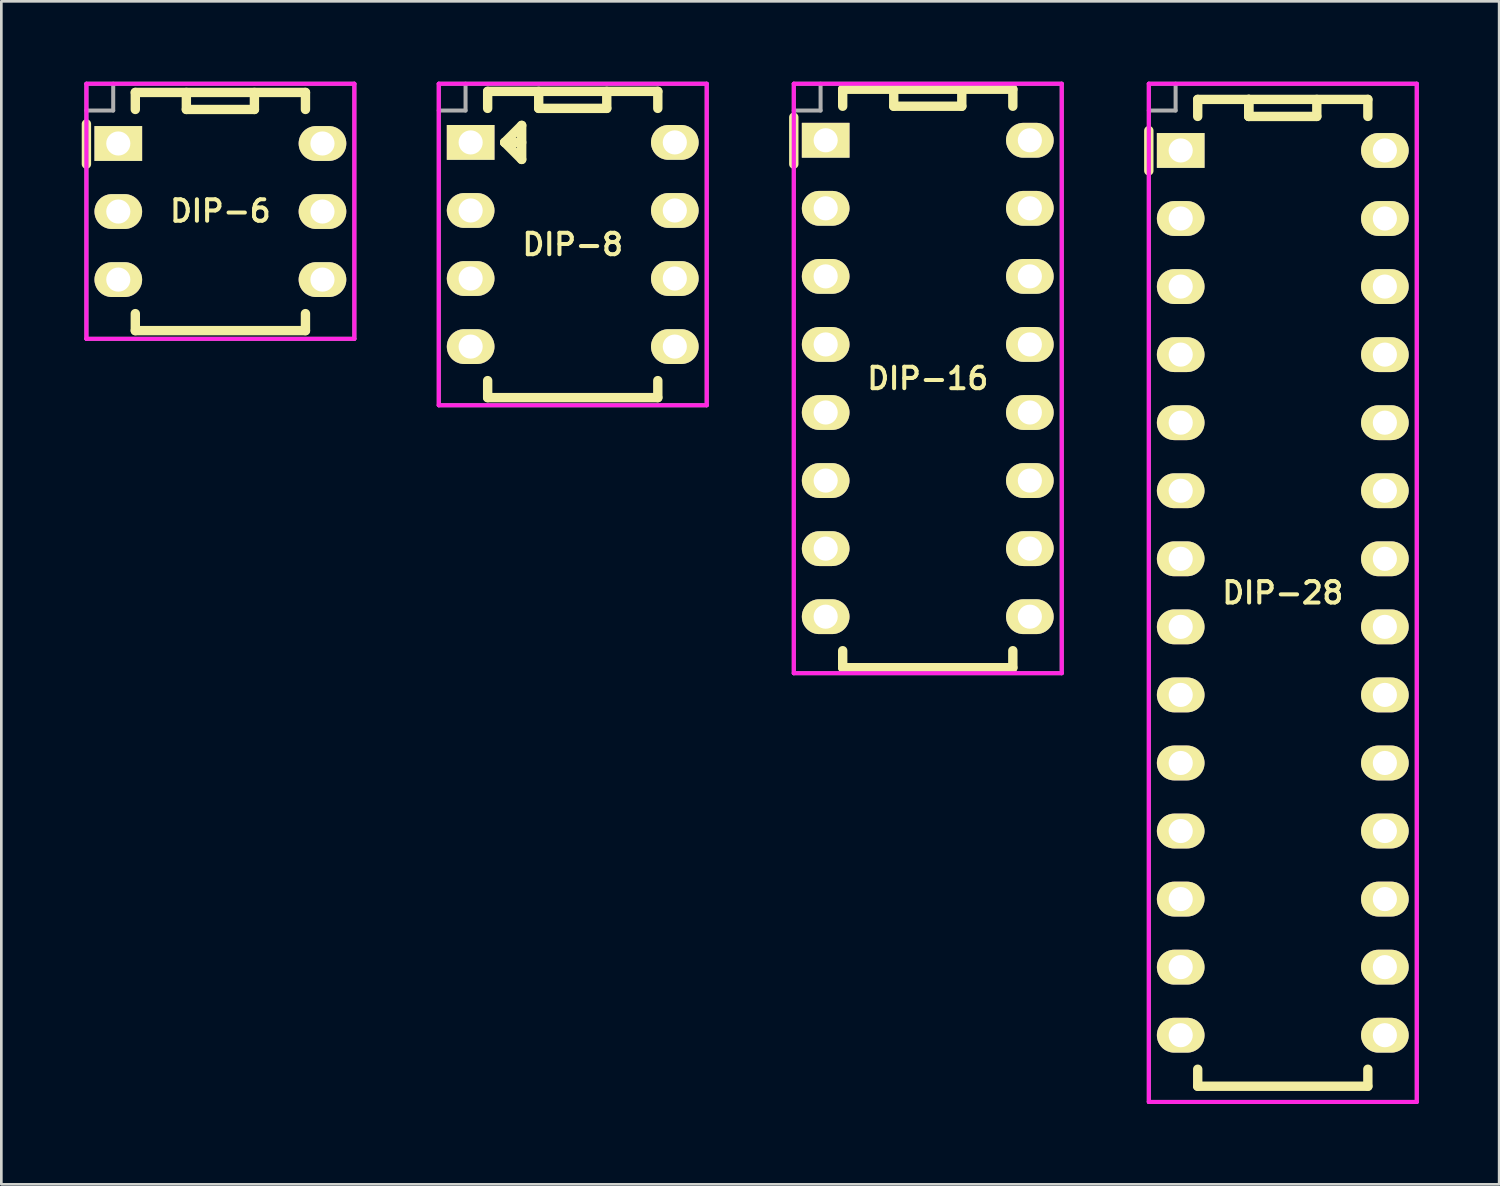
<source format=kicad_pcb>
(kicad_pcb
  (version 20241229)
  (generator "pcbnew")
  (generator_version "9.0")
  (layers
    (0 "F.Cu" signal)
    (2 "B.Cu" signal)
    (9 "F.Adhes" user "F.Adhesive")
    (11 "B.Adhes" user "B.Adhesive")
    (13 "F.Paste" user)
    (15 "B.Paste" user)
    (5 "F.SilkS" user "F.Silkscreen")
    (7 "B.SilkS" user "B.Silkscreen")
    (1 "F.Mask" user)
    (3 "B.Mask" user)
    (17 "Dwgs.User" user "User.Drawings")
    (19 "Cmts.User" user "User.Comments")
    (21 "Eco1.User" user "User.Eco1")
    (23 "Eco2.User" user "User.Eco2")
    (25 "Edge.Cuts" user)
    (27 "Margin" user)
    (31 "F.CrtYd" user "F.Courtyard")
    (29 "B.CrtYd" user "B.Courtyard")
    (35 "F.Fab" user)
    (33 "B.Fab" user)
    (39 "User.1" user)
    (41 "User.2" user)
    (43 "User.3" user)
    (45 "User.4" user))
  (footprint "DIP-28"
    (layer "F.Cu")
    (at 44.825 19.075)
    (property "Reference" "DIP-28" (at 0 0 0) (layer "F.SilkS") (effects (font (size 0.8 0.8) (thickness 0.15))))
    (attr through_hole)
    (fp_line (start -5 -17.25) (end -5 -15.75) (stroke (width 0.35) (type solid)) (layer "F.SilkS"))
    (fp_line (start -3.175 -18.415) (end 3.175 -18.415) (stroke (width 0.35) (type solid)) (layer "F.SilkS"))
    (fp_line (start -3.175 -17.78) (end -3.175 -18.415) (stroke (width 0.35) (type solid)) (layer "F.SilkS"))
    (fp_line (start -3.175 17.78) (end -3.175 18.415) (stroke (width 0.35) (type solid)) (layer "F.SilkS"))
    (fp_line (start -3.175 18.415) (end 3.175 18.415) (stroke (width 0.35) (type solid)) (layer "F.SilkS"))
    (fp_line (start -1.27 -18.415) (end -1.27 -17.78) (stroke (width 0.35) (type solid)) (layer "F.SilkS"))
    (fp_line (start -1.27 -17.78) (end -1.27 -18.415) (stroke (width 0.35) (type solid)) (layer "F.SilkS"))
    (fp_line (start -1.27 -17.78) (end 1.27 -17.78) (stroke (width 0.35) (type solid)) (layer "F.SilkS"))
    (fp_line (start 1.27 -17.78) (end 1.27 -18.415) (stroke (width 0.35) (type solid)) (layer "F.SilkS"))
    (fp_line (start 3.175 -18.415) (end 3.175 -17.78) (stroke (width 0.35) (type solid)) (layer "F.SilkS"))
    (fp_line (start 3.175 18.415) (end 3.175 17.78) (stroke (width 0.35) (type solid)) (layer "F.SilkS"))
    (fp_line (start -5 -19) (end 5 -19) (stroke (width 0.15) (type solid)) (layer "F.CrtYd"))
    (fp_line (start -5 19) (end -5 -19) (stroke (width 0.15) (type solid)) (layer "F.CrtYd"))
    (fp_line (start 5 -19) (end 5 19) (stroke (width 0.15) (type solid)) (layer "F.CrtYd"))
    (fp_line (start 5 19) (end -5 19) (stroke (width 0.15) (type solid)) (layer "F.CrtYd"))
    (fp_line (start -5 -19) (end 5 -19) (stroke (width 0.15) (type solid)) (layer "F.Fab"))
    (fp_line (start -5 19) (end -5 -19) (stroke (width 0.15) (type solid)) (layer "F.Fab"))
    (fp_line (start -4 -19) (end -4 -18) (stroke (width 0.15) (type solid)) (layer "F.Fab"))
    (fp_line (start -4 -18) (end -5 -18) (stroke (width 0.15) (type solid)) (layer "F.Fab"))
    (fp_line (start 5 -19) (end 5 19) (stroke (width 0.15) (type solid)) (layer "F.Fab"))
    (fp_line (start 5 19) (end -5 19) (stroke (width 0.15) (type solid)) (layer "F.Fab"))
    (pad "1" thru_hole rect (at -3.81 -16.51) (size 1.778 1.3) (drill 0.9) (layers "*.Cu" "*.Mask" "F.SilkS"))
    (pad "2" thru_hole oval (at -3.81 -13.97) (size 1.778 1.3) (drill 0.9) (layers "*.Cu" "*.Mask" "F.SilkS"))
    (pad "3" thru_hole oval (at -3.81 -11.43) (size 1.778 1.3) (drill 0.9) (layers "*.Cu" "*.Mask" "F.SilkS"))
    (pad "4" thru_hole oval (at -3.81 -8.89) (size 1.778 1.3) (drill 0.9) (layers "*.Cu" "*.Mask" "F.SilkS"))
    (pad "5" thru_hole oval (at -3.81 -6.35) (size 1.778 1.3) (drill 0.9) (layers "*.Cu" "*.Mask" "F.SilkS"))
    (pad "6" thru_hole oval (at -3.81 -3.81) (size 1.778 1.3) (drill 0.9) (layers "*.Cu" "*.Mask" "F.SilkS"))
    (pad "7" thru_hole oval (at -3.81 -1.27) (size 1.778 1.3) (drill 0.9) (layers "*.Cu" "*.Mask" "F.SilkS"))
    (pad "8" thru_hole oval (at -3.81 1.27) (size 1.778 1.3) (drill 0.9) (layers "*.Cu" "*.Mask" "F.SilkS"))
    (pad "9" thru_hole oval (at -3.81 3.81) (size 1.778 1.3) (drill 0.9) (layers "*.Cu" "*.Mask" "F.SilkS"))
    (pad "10" thru_hole oval (at -3.81 6.35) (size 1.778 1.3) (drill 0.9) (layers "*.Cu" "*.Mask" "F.SilkS"))
    (pad "11" thru_hole oval (at -3.81 8.89) (size 1.778 1.3) (drill 0.9) (layers "*.Cu" "*.Mask" "F.SilkS"))
    (pad "12" thru_hole oval (at -3.81 11.43) (size 1.778 1.3) (drill 0.9) (layers "*.Cu" "*.Mask" "F.SilkS"))
    (pad "13" thru_hole oval (at -3.81 13.97) (size 1.778 1.3) (drill 0.9) (layers "*.Cu" "*.Mask" "F.SilkS"))
    (pad "14" thru_hole oval (at -3.81 16.51) (size 1.778 1.3) (drill 0.9) (layers "*.Cu" "*.Mask" "F.SilkS"))
    (pad "15" thru_hole oval (at 3.81 16.51) (size 1.778 1.3) (drill 0.9) (layers "*.Cu" "*.Mask" "F.SilkS"))
    (pad "16" thru_hole oval (at 3.81 13.97) (size 1.778 1.3) (drill 0.9) (layers "*.Cu" "*.Mask" "F.SilkS"))
    (pad "17" thru_hole oval (at 3.81 11.43) (size 1.778 1.3) (drill 0.9) (layers "*.Cu" "*.Mask" "F.SilkS"))
    (pad "18" thru_hole oval (at 3.81 8.89) (size 1.778 1.3) (drill 0.9) (layers "*.Cu" "*.Mask" "F.SilkS"))
    (pad "19" thru_hole oval (at 3.81 6.35) (size 1.778 1.3) (drill 0.9) (layers "*.Cu" "*.Mask" "F.SilkS"))
    (pad "20" thru_hole oval (at 3.81 3.81) (size 1.778 1.3) (drill 0.9) (layers "*.Cu" "*.Mask" "F.SilkS"))
    (pad "21" thru_hole oval (at 3.81 1.27) (size 1.778 1.3) (drill 0.9) (layers "*.Cu" "*.Mask" "F.SilkS"))
    (pad "22" thru_hole oval (at 3.81 -1.27) (size 1.778 1.3) (drill 0.9) (layers "*.Cu" "*.Mask" "F.SilkS"))
    (pad "23" thru_hole oval (at 3.81 -3.81) (size 1.778 1.3) (drill 0.9) (layers "*.Cu" "*.Mask" "F.SilkS"))
    (pad "24" thru_hole oval (at 3.81 -6.35) (size 1.778 1.3) (drill 0.9) (layers "*.Cu" "*.Mask" "F.SilkS"))
    (pad "25" thru_hole oval (at 3.81 -8.89) (size 1.778 1.3) (drill 0.9) (layers "*.Cu" "*.Mask" "F.SilkS"))
    (pad "26" thru_hole oval (at 3.81 -11.43) (size 1.778 1.3) (drill 0.9) (layers "*.Cu" "*.Mask" "F.SilkS"))
    (pad "27" thru_hole oval (at 3.81 -13.97) (size 1.778 1.3) (drill 0.9) (layers "*.Cu" "*.Mask" "F.SilkS"))
    (pad "28" thru_hole oval (at 3.81 -16.51) (size 1.778 1.3) (drill 0.9) (layers "*.Cu" "*.Mask" "F.SilkS")))
  (footprint "DIP-16"
    (layer "F.Cu")
    (at 31.575 11.075)
    (property "Reference" "DIP-16" (at 0 0 0) (layer "F.SilkS") (effects (font (size 0.8 0.8) (thickness 0.15))))
    (attr through_hole)
    (fp_line (start -5 -9.75) (end -5 -8) (stroke (width 0.35) (type solid)) (layer "F.SilkS"))
    (fp_line (start -3.175 -10.795) (end 3.175 -10.795) (stroke (width 0.35) (type solid)) (layer "F.SilkS"))
    (fp_line (start -3.175 -10.16) (end -3.175 -10.795) (stroke (width 0.35) (type solid)) (layer "F.SilkS"))
    (fp_line (start -3.175 10.16) (end -3.175 10.795) (stroke (width 0.35) (type solid)) (layer "F.SilkS"))
    (fp_line (start -3.175 10.795) (end 3.175 10.795) (stroke (width 0.35) (type solid)) (layer "F.SilkS"))
    (fp_line (start -1.27 -10.795) (end -1.27 -10.16) (stroke (width 0.35) (type solid)) (layer "F.SilkS"))
    (fp_line (start -1.27 -10.16) (end 1.27 -10.16) (stroke (width 0.35) (type solid)) (layer "F.SilkS"))
    (fp_line (start 1.27 -10.16) (end 1.27 -10.795) (stroke (width 0.35) (type solid)) (layer "F.SilkS"))
    (fp_line (start 3.175 -10.795) (end 3.175 -10.16) (stroke (width 0.35) (type solid)) (layer "F.SilkS"))
    (fp_line (start 3.175 10.795) (end 3.175 10.16) (stroke (width 0.35) (type solid)) (layer "F.SilkS"))
    (fp_line (start -5 -11) (end 5 -11) (stroke (width 0.15) (type solid)) (layer "F.CrtYd"))
    (fp_line (start -5 11) (end -5 -11) (stroke (width 0.15) (type solid)) (layer "F.CrtYd"))
    (fp_line (start 5 -11) (end 5 11) (stroke (width 0.15) (type solid)) (layer "F.CrtYd"))
    (fp_line (start 5 11) (end -5 11) (stroke (width 0.15) (type solid)) (layer "F.CrtYd"))
    (fp_line (start -5 -11) (end 5 -11) (stroke (width 0.15) (type solid)) (layer "F.Fab"))
    (fp_line (start -5 11) (end -5 -11) (stroke (width 0.15) (type solid)) (layer "F.Fab"))
    (fp_line (start -4 -11) (end -4 -10) (stroke (width 0.15) (type solid)) (layer "F.Fab"))
    (fp_line (start -4 -10) (end -5 -10) (stroke (width 0.15) (type solid)) (layer "F.Fab"))
    (fp_line (start 5 -11) (end 5 11) (stroke (width 0.15) (type solid)) (layer "F.Fab"))
    (fp_line (start 5 11) (end -5 11) (stroke (width 0.15) (type solid)) (layer "F.Fab"))
    (pad "1" thru_hole rect (at -3.81 -8.89) (size 1.778 1.3) (drill 0.9) (layers "*.Cu" "*.Mask" "F.SilkS"))
    (pad "2" thru_hole oval (at -3.81 -6.35) (size 1.778 1.3) (drill 0.9) (layers "*.Cu" "*.Mask" "F.SilkS"))
    (pad "3" thru_hole oval (at -3.81 -3.81) (size 1.778 1.3) (drill 0.9) (layers "*.Cu" "*.Mask" "F.SilkS"))
    (pad "4" thru_hole oval (at -3.81 -1.27) (size 1.778 1.3) (drill 0.9) (layers "*.Cu" "*.Mask" "F.SilkS"))
    (pad "5" thru_hole oval (at -3.81 1.27) (size 1.778 1.3) (drill 0.9) (layers "*.Cu" "*.Mask" "F.SilkS"))
    (pad "6" thru_hole oval (at -3.81 3.81) (size 1.778 1.3) (drill 0.9) (layers "*.Cu" "*.Mask" "F.SilkS"))
    (pad "7" thru_hole oval (at -3.81 6.35) (size 1.778 1.3) (drill 0.9) (layers "*.Cu" "*.Mask" "F.SilkS"))
    (pad "8" thru_hole oval (at -3.81 8.89) (size 1.778 1.3) (drill 0.9) (layers "*.Cu" "*.Mask" "F.SilkS"))
    (pad "9" thru_hole oval (at 3.81 8.89) (size 1.778 1.3) (drill 0.9) (layers "*.Cu" "*.Mask" "F.SilkS"))
    (pad "10" thru_hole oval (at 3.81 6.35) (size 1.778 1.3) (drill 0.9) (layers "*.Cu" "*.Mask" "F.SilkS"))
    (pad "11" thru_hole oval (at 3.81 3.81) (size 1.778 1.3) (drill 0.9) (layers "*.Cu" "*.Mask" "F.SilkS"))
    (pad "12" thru_hole oval (at 3.81 1.27) (size 1.778 1.3) (drill 0.9) (layers "*.Cu" "*.Mask" "F.SilkS"))
    (pad "13" thru_hole oval (at 3.81 -1.27) (size 1.778 1.3) (drill 0.9) (layers "*.Cu" "*.Mask" "F.SilkS"))
    (pad "14" thru_hole oval (at 3.81 -3.81) (size 1.778 1.3) (drill 0.9) (layers "*.Cu" "*.Mask" "F.SilkS"))
    (pad "15" thru_hole oval (at 3.81 -6.35) (size 1.778 1.3) (drill 0.9) (layers "*.Cu" "*.Mask" "F.SilkS"))
    (pad "16" thru_hole oval (at 3.81 -8.89) (size 1.778 1.3) (drill 0.9) (layers "*.Cu" "*.Mask" "F.SilkS")))
  (footprint "DIP-8"
    (layer "F.Cu")
    (at 18.325 6.075)
    (property "Reference" "DIP-8" (at 0 0 0) (layer "F.SilkS") (effects (font (size 0.8 0.8) (thickness 0.15))))
    (attr through_hole)
    (fp_line (start -3.175 -5.715) (end 3.175 -5.715) (stroke (width 0.35) (type solid)) (layer "F.SilkS"))
    (fp_line (start -3.175 -5.08) (end -3.175 -5.715) (stroke (width 0.35) (type solid)) (layer "F.SilkS"))
    (fp_line (start -3.175 5.08) (end -3.175 5.715) (stroke (width 0.35) (type solid)) (layer "F.SilkS"))
    (fp_line (start -3.175 5.715) (end 3.175 5.715) (stroke (width 0.35) (type solid)) (layer "F.SilkS"))
    (fp_line (start -2.54 -3.81) (end -1.905 -4.445) (stroke (width 0.35) (type solid)) (layer "F.SilkS"))
    (fp_line (start -2.54 -3.81) (end -1.905 -3.81) (stroke (width 0.35) (type solid)) (layer "F.SilkS"))
    (fp_line (start -1.905 -4.445) (end -1.905 -3.175) (stroke (width 0.35) (type solid)) (layer "F.SilkS"))
    (fp_line (start -1.905 -3.175) (end -2.54 -3.81) (stroke (width 0.35) (type solid)) (layer "F.SilkS"))
    (fp_line (start -1.27 -5.08) (end -1.27 -5.715) (stroke (width 0.35) (type solid)) (layer "F.SilkS"))
    (fp_line (start 1.27 -5.715) (end 1.27 -5.08) (stroke (width 0.35) (type solid)) (layer "F.SilkS"))
    (fp_line (start 1.27 -5.08) (end -1.27 -5.08) (stroke (width 0.35) (type solid)) (layer "F.SilkS"))
    (fp_line (start 3.175 -5.715) (end 3.175 -5.08) (stroke (width 0.35) (type solid)) (layer "F.SilkS"))
    (fp_line (start 3.175 5.715) (end 3.175 5.08) (stroke (width 0.35) (type solid)) (layer "F.SilkS"))
    (fp_line (start -5 -6) (end -5 6) (stroke (width 0.15) (type solid)) (layer "F.CrtYd"))
    (fp_line (start -5 6) (end 5 6) (stroke (width 0.15) (type solid)) (layer "F.CrtYd"))
    (fp_line (start 5 -6) (end -5 -6) (stroke (width 0.15) (type solid)) (layer "F.CrtYd"))
    (fp_line (start 5 6) (end 5 -6) (stroke (width 0.15) (type solid)) (layer "F.CrtYd"))
    (fp_line (start -5 -6) (end 5 -6) (stroke (width 0.15) (type solid)) (layer "F.Fab"))
    (fp_line (start -5 -5) (end -4 -5) (stroke (width 0.15) (type solid)) (layer "F.Fab"))
    (fp_line (start -5 6) (end -5 -6) (stroke (width 0.15) (type solid)) (layer "F.Fab"))
    (fp_line (start -4 -5) (end -4 -6) (stroke (width 0.15) (type solid)) (layer "F.Fab"))
    (fp_line (start 5 -6) (end 5 6) (stroke (width 0.15) (type solid)) (layer "F.Fab"))
    (fp_line (start 5 6) (end -5 6) (stroke (width 0.15) (type solid)) (layer "F.Fab"))
    (pad "1" thru_hole rect (at -3.81 -3.81) (size 1.778 1.3) (drill 0.9) (layers "*.Cu" "*.Mask" "F.SilkS"))
    (pad "2" thru_hole oval (at -3.81 -1.27) (size 1.778 1.3) (drill 0.9) (layers "*.Cu" "*.Mask" "F.SilkS"))
    (pad "3" thru_hole oval (at -3.81 1.27) (size 1.778 1.3) (drill 0.9) (layers "*.Cu" "*.Mask" "F.SilkS"))
    (pad "4" thru_hole oval (at -3.81 3.81) (size 1.778 1.3) (drill 0.9) (layers "*.Cu" "*.Mask" "F.SilkS"))
    (pad "5" thru_hole oval (at 3.81 3.81) (size 1.778 1.3) (drill 0.9) (layers "*.Cu" "*.Mask" "F.SilkS"))
    (pad "6" thru_hole oval (at 3.81 1.27) (size 1.778 1.3) (drill 0.9) (layers "*.Cu" "*.Mask" "F.SilkS"))
    (pad "7" thru_hole oval (at 3.81 -1.27) (size 1.778 1.3) (drill 0.9) (layers "*.Cu" "*.Mask" "F.SilkS"))
    (pad "8" thru_hole oval (at 3.81 -3.81) (size 1.778 1.3) (drill 0.9) (layers "*.Cu" "*.Mask" "F.SilkS")))
  (footprint "DIP-6"
    (layer "F.Cu")
    (at 5.175 4.845)
    (property "Reference" "DIP-6" (at 0 -0.02 0) (layer "F.SilkS") (effects (font (size 0.8 0.8) (thickness 0.15))))
    (attr through_hole)
    (fp_line (start -5 -3.27) (end -5 -1.77) (stroke (width 0.35) (type solid)) (layer "F.SilkS"))
    (fp_line (start -3.175 -4.445) (end -3.175 -3.81) (stroke (width 0.35) (type solid)) (layer "F.SilkS"))
    (fp_line (start -3.175 3.81) (end -3.175 4.445) (stroke (width 0.35) (type solid)) (layer "F.SilkS"))
    (fp_line (start -3.175 4.445) (end 3.175 4.445) (stroke (width 0.35) (type solid)) (layer "F.SilkS"))
    (fp_line (start -1.27 -3.81) (end -1.27 -4.445) (stroke (width 0.35) (type solid)) (layer "F.SilkS"))
    (fp_line (start 1.27 -4.445) (end 1.27 -3.81) (stroke (width 0.35) (type solid)) (layer "F.SilkS"))
    (fp_line (start 1.27 -3.81) (end -1.27 -3.81) (stroke (width 0.35) (type solid)) (layer "F.SilkS"))
    (fp_line (start 3.175 -4.445) (end -3.175 -4.445) (stroke (width 0.35) (type solid)) (layer "F.SilkS"))
    (fp_line (start 3.175 -3.81) (end 3.175 -4.445) (stroke (width 0.35) (type solid)) (layer "F.SilkS"))
    (fp_line (start 3.175 4.445) (end 3.175 3.81) (stroke (width 0.35) (type solid)) (layer "F.SilkS"))
    (fp_line (start -5 -4.77) (end 5 -4.77) (stroke (width 0.15) (type solid)) (layer "F.CrtYd"))
    (fp_line (start -5 4.75) (end -5 -4.77) (stroke (width 0.15) (type solid)) (layer "F.CrtYd"))
    (fp_line (start 5 -4.77) (end 5 4.75) (stroke (width 0.15) (type solid)) (layer "F.CrtYd"))
    (fp_line (start 5 4.75) (end -5 4.75) (stroke (width 0.15) (type solid)) (layer "F.CrtYd"))
    (fp_line (start -5 -4.77) (end 5 -4.77) (stroke (width 0.15) (type solid)) (layer "F.Fab"))
    (fp_line (start -5 4.75) (end -5 -4.77) (stroke (width 0.15) (type solid)) (layer "F.Fab"))
    (fp_line (start -4 -4.77) (end -4 -3.77) (stroke (width 0.15) (type solid)) (layer "F.Fab"))
    (fp_line (start -4 -3.77) (end -5 -3.77) (stroke (width 0.15) (type solid)) (layer "F.Fab"))
    (fp_line (start 5 -4.77) (end 5 4.75) (stroke (width 0.15) (type solid)) (layer "F.Fab"))
    (fp_line (start 5 4.75) (end -5 4.75) (stroke (width 0.15) (type solid)) (layer "F.Fab"))
    (pad "1" thru_hole rect (at -3.81 -2.54) (size 1.778 1.3) (drill 0.9) (layers "*.Cu" "*.Mask" "F.SilkS"))
    (pad "2" thru_hole oval (at -3.81 0) (size 1.778 1.3) (drill 0.9) (layers "*.Cu" "*.Mask" "F.SilkS"))
    (pad "3" thru_hole oval (at -3.81 2.54) (size 1.778 1.3) (drill 0.9) (layers "*.Cu" "*.Mask" "F.SilkS"))
    (pad "4" thru_hole oval (at 3.81 2.54) (size 1.778 1.3) (drill 0.9) (layers "*.Cu" "*.Mask" "F.SilkS"))
    (pad "5" thru_hole oval (at 3.81 0) (size 1.778 1.3) (drill 0.9) (layers "*.Cu" "*.Mask" "F.SilkS"))
    (pad "6" thru_hole oval (at 3.81 -2.54) (size 1.778 1.3) (drill 0.9) (layers "*.Cu" "*.Mask" "F.SilkS")))
  (gr_rect
    (start -3 -3)
    (end 52.9 41.15)
    (stroke (width 0.1) (type default))
    (fill no)
    (layer "Edge.Cuts")))
</source>
